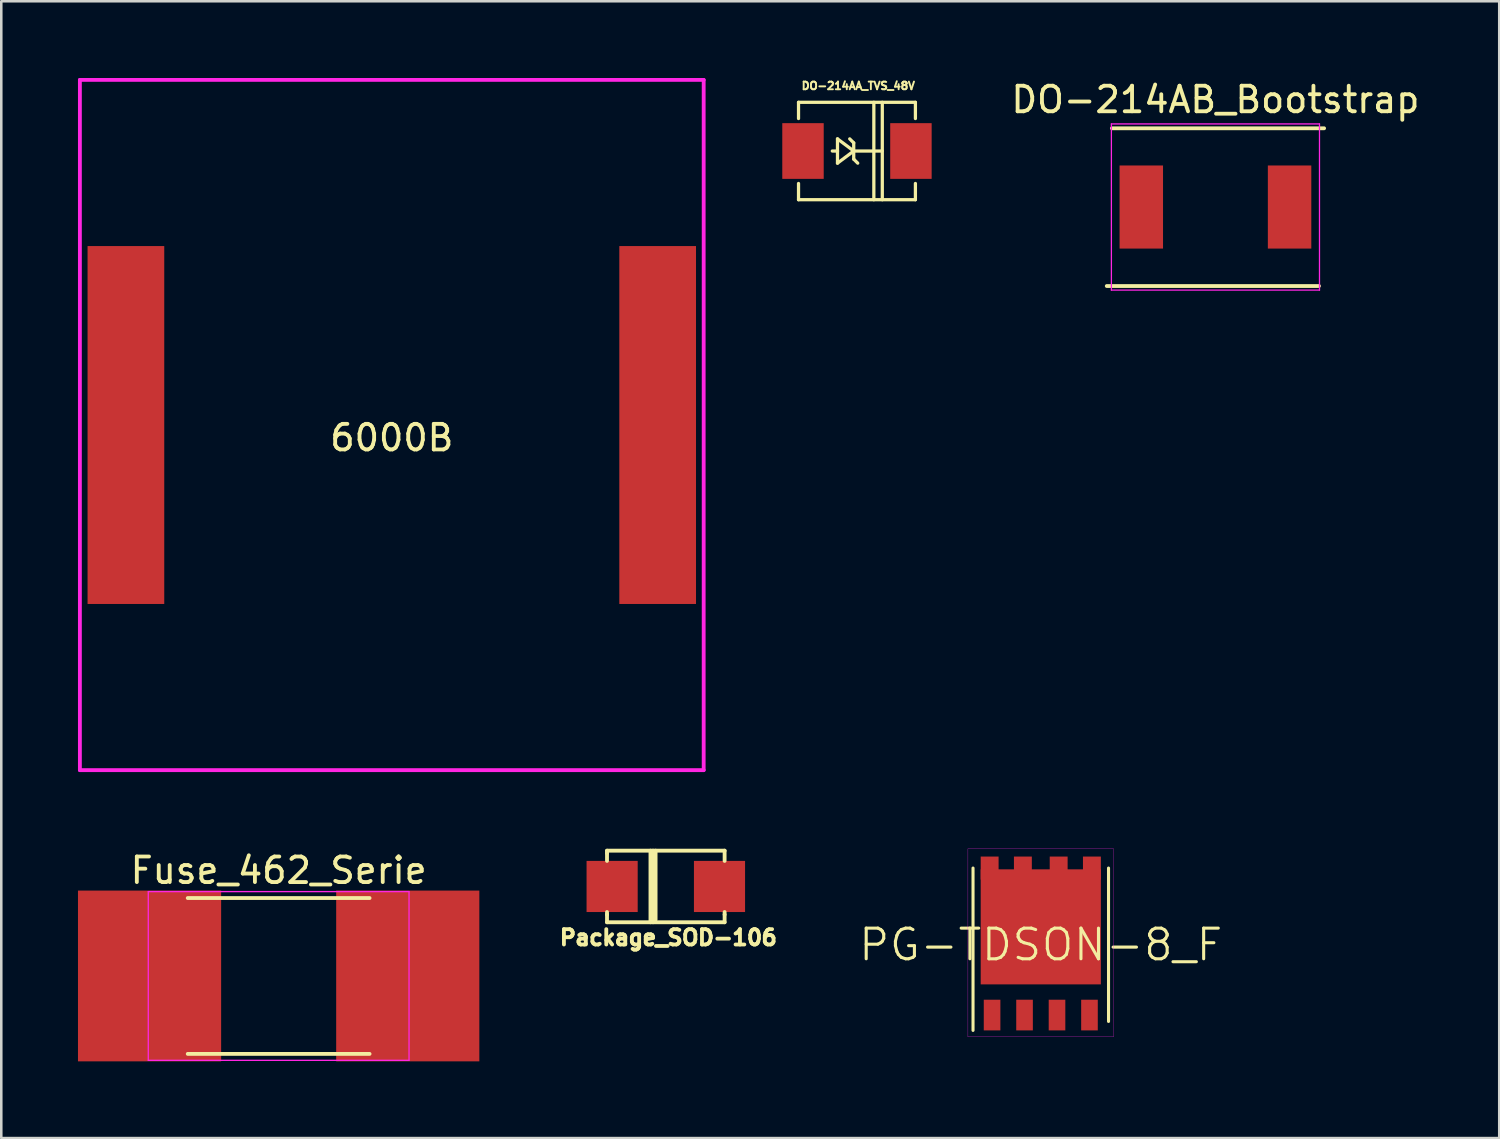
<source format=kicad_pcb>
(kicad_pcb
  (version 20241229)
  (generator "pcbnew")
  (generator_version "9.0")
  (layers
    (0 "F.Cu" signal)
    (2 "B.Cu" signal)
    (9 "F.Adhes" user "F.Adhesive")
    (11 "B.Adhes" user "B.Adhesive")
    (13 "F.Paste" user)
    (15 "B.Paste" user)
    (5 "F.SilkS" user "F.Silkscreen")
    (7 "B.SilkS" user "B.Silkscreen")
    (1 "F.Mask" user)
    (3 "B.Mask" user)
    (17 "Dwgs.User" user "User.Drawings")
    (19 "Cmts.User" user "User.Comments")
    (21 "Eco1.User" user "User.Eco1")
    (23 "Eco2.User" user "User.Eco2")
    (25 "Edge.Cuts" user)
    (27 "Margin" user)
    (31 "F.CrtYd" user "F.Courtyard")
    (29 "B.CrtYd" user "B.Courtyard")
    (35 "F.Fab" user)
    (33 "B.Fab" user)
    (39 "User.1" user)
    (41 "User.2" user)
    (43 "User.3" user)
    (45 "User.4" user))
  (footprint "DO-214AA_TVS_48V"
    (layer "F.Cu")
    (at 30.471 2.857)
    (property "Reference" "DO-214AA_TVS_48V" (at 0.051 -2.55 0) (layer "F.SilkS") (effects (font (size 0.3 0.3) (thickness 0.076))))
    (attr smd)
    (fp_line (start -2.286 -1.905) (end 2.286 -1.905) (stroke (width 0.127) (type solid)) (layer "F.SilkS"))
    (fp_line (start -2.286 -1.27) (end -2.286 -1.905) (stroke (width 0.127) (type solid)) (layer "F.SilkS"))
    (fp_line (start -2.286 1.27) (end -2.286 1.905) (stroke (width 0.127) (type solid)) (layer "F.SilkS"))
    (fp_line (start -2.286 1.905) (end 2.286 1.905) (stroke (width 0.127) (type solid)) (layer "F.SilkS"))
    (fp_line (start -0.762 -0.475) (end -0.762 0) (stroke (width 0.127) (type solid)) (layer "F.SilkS"))
    (fp_line (start -0.762 0) (end -0.965 0) (stroke (width 0.127) (type solid)) (layer "F.SilkS"))
    (fp_line (start -0.762 0) (end -0.762 0.475) (stroke (width 0.127) (type solid)) (layer "F.SilkS"))
    (fp_line (start -0.762 0.475) (end -0.127 0) (stroke (width 0.127) (type solid)) (layer "F.SilkS"))
    (fp_line (start -0.127 -0.318) (end -0.284 -0.475) (stroke (width 0.127) (type solid)) (layer "F.SilkS"))
    (fp_line (start -0.127 0) (end -0.762 -0.475) (stroke (width 0.127) (type solid)) (layer "F.SilkS"))
    (fp_line (start -0.127 0) (end -0.127 -0.318) (stroke (width 0.127) (type solid)) (layer "F.SilkS"))
    (fp_line (start -0.127 0) (end -0.127 0.318) (stroke (width 0.127) (type solid)) (layer "F.SilkS"))
    (fp_line (start -0.127 0) (end 0.983 0) (stroke (width 0.127) (type solid)) (layer "F.SilkS"))
    (fp_line (start -0.127 0.318) (end 0.03 0.475) (stroke (width 0.127) (type solid)) (layer "F.SilkS"))
    (fp_line (start 0.66 1.905) (end 0.66 -1.905) (stroke (width 0.127) (type solid)) (layer "F.SilkS"))
    (fp_line (start 0.991 1.905) (end 0.991 -1.905) (stroke (width 0.127) (type solid)) (layer "F.SilkS"))
    (fp_line (start 2.286 -1.905) (end 2.286 -1.27) (stroke (width 0.127) (type solid)) (layer "F.SilkS"))
    (fp_line (start 2.286 1.905) (end 2.286 1.27) (stroke (width 0.127) (type solid)) (layer "F.SilkS"))
    (pad "1" smd rect (at 2.111 0) (size 1.621 2.179) (layers "F.Cu" "F.Mask" "F.Paste"))
    (pad "2" smd rect (at -2.111 0) (size 1.621 2.179) (layers "F.Cu" "F.Mask" "F.Paste")))
  (footprint "DO-214AB_Bootstrap"
    (layer "F.Cu")
    (at 44.493 5.048)
    (property "Reference" "DO-214AB_Bootstrap" (at 0 -4.2 0) (layer "F.SilkS") (effects (font (size 1 1) (thickness 0.15))))
    (attr smd)
    (fp_line (start -4.05 -3.08) (end 4.25 -3.08) (stroke (width 0.15) (type solid)) (layer "F.SilkS"))
    (fp_line (start 4.05 3.09) (end -4.25 3.09) (stroke (width 0.15) (type solid)) (layer "F.SilkS"))
    (fp_line (start -4.07 -3.25) (end 4.07 -3.25) (stroke (width 0.05) (type solid)) (layer "F.CrtYd"))
    (fp_line (start -4.07 3.25) (end -4.07 -3.25) (stroke (width 0.05) (type solid)) (layer "F.CrtYd"))
    (fp_line (start 4.07 -3.25) (end 4.07 3.25) (stroke (width 0.05) (type solid)) (layer "F.CrtYd"))
    (fp_line (start 4.07 3.25) (end -4.07 3.25) (stroke (width 0.05) (type solid)) (layer "F.CrtYd"))
    (pad "1" smd rect (at -2.9 0) (size 1.7 3.25) (layers "F.Cu" "F.Mask" "F.Paste"))
    (pad "2" smd rect (at 2.9 0) (size 1.7 3.25) (layers "F.Cu" "F.Mask" "F.Paste")))
  (footprint "Fuse_462_Serie"
    (layer "F.Cu")
    (at 7.85 35.126)
    (property "Reference" "Fuse_462_Serie" (at 0 -4.128 0) (layer "F.SilkS") (effects (font (size 1 1) (thickness 0.15))))
    (attr smd)
    (fp_line (start -3.556 -3.048) (end 3.556 -3.048) (stroke (width 0.15) (type solid)) (layer "F.SilkS"))
    (fp_line (start -3.556 3.048) (end 3.556 3.048) (stroke (width 0.15) (type solid)) (layer "F.SilkS"))
    (fp_line (start -5.1 -3.3) (end -5.1 3.3) (stroke (width 0.05) (type solid)) (layer "F.CrtYd"))
    (fp_line (start -5.1 -3.3) (end 5.1 -3.3) (stroke (width 0.05) (type solid)) (layer "F.CrtYd"))
    (fp_line (start -5.1 3.3) (end 5.1 3.3) (stroke (width 0.05) (type solid)) (layer "F.CrtYd"))
    (fp_line (start 5.1 -3.3) (end 5.1 3.3) (stroke (width 0.05) (type solid)) (layer "F.CrtYd"))
    (pad "1" smd rect (at -5.05 0 90) (size 6.68 5.6) (layers "F.Cu" "F.Mask" "F.Paste"))
    (pad "2" smd rect (at 5.05 0 90) (size 6.68 5.6) (layers "F.Cu" "F.Mask" "F.Paste")))
  (footprint "PG-TDSON-8_F"
    (layer "F.Cu")
    (at 37.661 33.905)
    (property "Reference" "PG-TDSON-8_F" (at 0 0 0) (layer "F.SilkS") (effects (font (size 1.2 1.2) (thickness 0.12))))
    (attr smd)
    (fp_line (start -2.65 -3) (end -2.65 3.35) (stroke (width 0.12) (type solid)) (layer "F.SilkS"))
    (fp_line (start 2.65 -3) (end 2.65 3) (stroke (width 0.12) (type solid)) (layer "F.SilkS"))
    (fp_line (start -2.85 -3.75) (end -2.85 3.6) (stroke (width 0.01) (type solid)) (layer "F.CrtYd"))
    (fp_line (start -2.85 3.6) (end 2.85 3.6) (stroke (width 0.01) (type solid)) (layer "F.CrtYd"))
    (fp_line (start 2.85 -3.75) (end -2.85 -3.75) (stroke (width 0.01) (type solid)) (layer "F.CrtYd"))
    (fp_line (start 2.85 3.6) (end 2.85 -3.75) (stroke (width 0.01) (type solid)) (layer "F.CrtYd"))
    (pad "" smd rect (at -2 -3.2) (size 0.6 0.5) (layers "F.Paste"))
    (pad "" smd rect (at -1.9 2.8) (size 0.6 1) (layers "F.Paste"))
    (pad "" smd rect (at -1.2 -1.75) (size 1.7 1.8) (layers "F.Paste"))
    (pad "" smd rect (at -1.2 0.4) (size 1.7 1.8) (layers "F.Paste"))
    (pad "" smd rect (at -0.7 -3.2) (size 0.6 0.5) (layers "F.Paste"))
    (pad "" smd rect (at -0.65 2.8) (size 0.6 1) (layers "F.Paste"))
    (pad "" smd rect (at 0.65 2.8) (size 0.6 1) (layers "F.Paste"))
    (pad "" smd rect (at 0.7 -3.2) (size 0.6 0.5) (layers "F.Paste"))
    (pad "" smd rect (at 1.2 -1.75) (size 1.7 1.8) (layers "F.Paste"))
    (pad "" smd rect (at 1.2 0.4) (size 1.7 1.8) (layers "F.Paste"))
    (pad "" smd rect (at 1.9 2.8) (size 0.6 1) (layers "F.Paste"))
    (pad "" smd rect (at 2 -3.2) (size 0.6 0.5) (layers "F.Paste"))
    (pad "1" smd rect (at -1.905 2.75) (size 0.65 1.2) (layers "F.Cu" "F.Mask"))
    (pad "2" smd rect (at -0.635 2.75) (size 0.65 1.2) (layers "F.Cu" "F.Mask"))
    (pad "3" smd rect (at 0.635 2.75) (size 0.65 1.2) (layers "F.Cu" "F.Mask"))
    (pad "4" smd rect (at 1.905 2.75) (size 0.65 1.2) (layers "F.Cu" "F.Mask"))
    (pad "5" smd rect (at 2 -3) (size 0.7 0.9) (layers "F.Cu" "F.Mask"))
    (pad "6" smd rect (at 0.7 -3) (size 0.7 0.9) (layers "F.Cu" "F.Mask"))
    (pad "7" smd rect (at -0.7 -3) (size 0.7 0.9) (layers "F.Cu" "F.Mask"))
    (pad "8" smd rect (at -2 -3) (size 0.7 0.9) (layers "F.Cu" "F.Mask"))
    (pad "8" smd rect (at 0 -0.7) (size 4.7 4.5) (layers "F.Cu" "F.Mask")))
  (footprint "Package_SOD-106"
    (layer "F.Cu")
    (at 22.994 31.625)
    (property "Reference" "Package_SOD-106" (at 0.1 2 0) (layer "F.SilkS") (effects (font (size 0.6 0.6) (thickness 0.15))))
    (attr through_hole)
    (fp_line (start -2.3 -1.4) (end 2.3 -1.4) (stroke (width 0.15) (type solid)) (layer "F.SilkS"))
    (fp_line (start -2.3 -1.3) (end -2.3 -1.4) (stroke (width 0.15) (type solid)) (layer "F.SilkS"))
    (fp_line (start -2.3 -1) (end -2.3 -1.3) (stroke (width 0.15) (type solid)) (layer "F.SilkS"))
    (fp_line (start -2.3 1.1) (end -2.3 1) (stroke (width 0.15) (type solid)) (layer "F.SilkS"))
    (fp_line (start -2.3 1.4) (end -2.3 1.1) (stroke (width 0.15) (type solid)) (layer "F.SilkS"))
    (fp_line (start -0.6 1.4) (end -0.6 -1.4) (stroke (width 0.15) (type solid)) (layer "F.SilkS"))
    (fp_line (start -0.5 -1.4) (end -0.5 1.4) (stroke (width 0.15) (type solid)) (layer "F.SilkS"))
    (fp_line (start -0.4 -1.4) (end -0.4 1.3) (stroke (width 0.15) (type solid)) (layer "F.SilkS"))
    (fp_line (start 2.3 -1.4) (end 2.3 -1) (stroke (width 0.15) (type solid)) (layer "F.SilkS"))
    (fp_line (start 2.3 1.1) (end 2.3 1) (stroke (width 0.15) (type solid)) (layer "F.SilkS"))
    (fp_line (start 2.3 1.1) (end 2.3 1.4) (stroke (width 0.15) (type solid)) (layer "F.SilkS"))
    (fp_line (start 2.3 1.4) (end -2.3 1.4) (stroke (width 0.15) (type solid)) (layer "F.SilkS"))
    (pad "1" smd rect (at -2.1 0) (size 2 2) (layers "F.Cu" "F.Mask" "F.Paste"))
    (pad "2" smd rect (at 2.1 0) (size 2 2) (layers "F.Cu" "F.Mask" "F.Paste")))
  (footprint "6000B"
    (layer "F.Cu")
    (at 12.275 13.575)
    (property "Reference" "6000B" (at 0 0.5 0) (layer "F.SilkS") (effects (font (size 1 1) (thickness 0.15))))
    (attr through_hole)
    (fp_line (start -12.2 -13.5) (end -12.2 13.5) (stroke (width 0.15) (type solid)) (layer "F.CrtYd"))
    (fp_line (start -12.2 -13.5) (end 12.2 -13.5) (stroke (width 0.15) (type solid)) (layer "F.CrtYd"))
    (fp_line (start -12.2 13.5) (end 12.2 13.5) (stroke (width 0.15) (type solid)) (layer "F.CrtYd"))
    (fp_line (start 12.2 -13.5) (end 12.2 13.5) (stroke (width 0.15) (type solid)) (layer "F.CrtYd"))
    (pad "1" smd rect (at 10.4 0) (size 3 14) (layers "F.Cu" "F.Mask" "F.Paste"))
    (pad "2" smd rect (at -10.4 0) (size 3 14) (layers "F.Cu" "F.Mask" "F.Paste")))
  (gr_rect
    (start -3 -3)
    (end 55.594 41.466)
    (stroke (width 0.1) (type default))
    (fill no)
    (layer "Edge.Cuts")))
</source>
